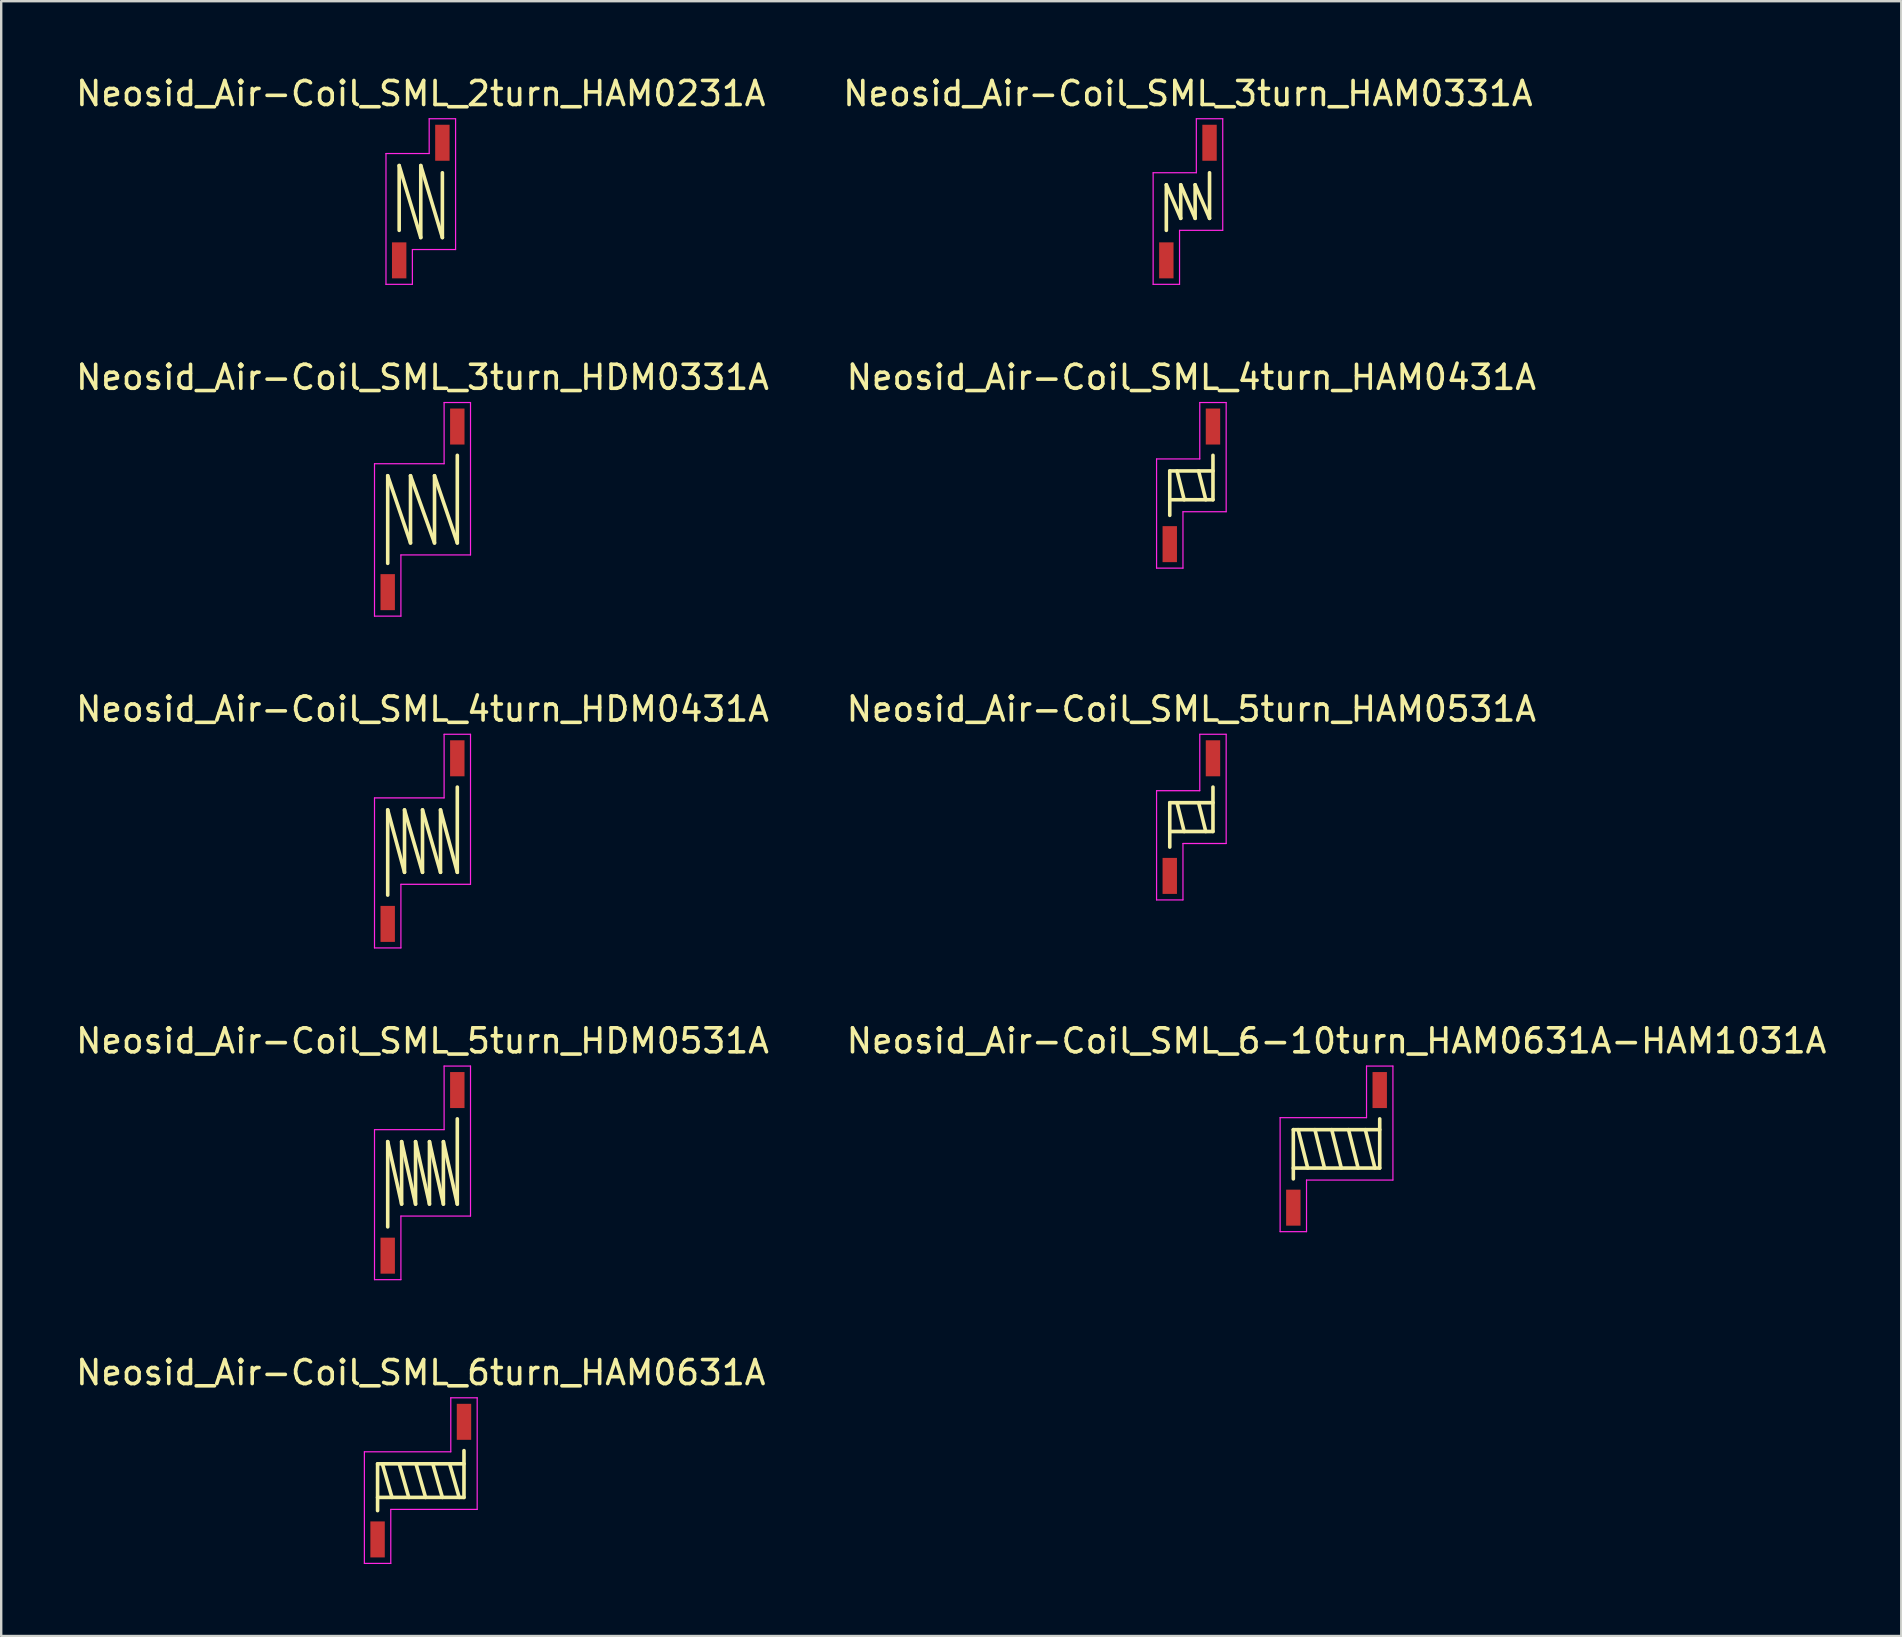
<source format=kicad_pcb>
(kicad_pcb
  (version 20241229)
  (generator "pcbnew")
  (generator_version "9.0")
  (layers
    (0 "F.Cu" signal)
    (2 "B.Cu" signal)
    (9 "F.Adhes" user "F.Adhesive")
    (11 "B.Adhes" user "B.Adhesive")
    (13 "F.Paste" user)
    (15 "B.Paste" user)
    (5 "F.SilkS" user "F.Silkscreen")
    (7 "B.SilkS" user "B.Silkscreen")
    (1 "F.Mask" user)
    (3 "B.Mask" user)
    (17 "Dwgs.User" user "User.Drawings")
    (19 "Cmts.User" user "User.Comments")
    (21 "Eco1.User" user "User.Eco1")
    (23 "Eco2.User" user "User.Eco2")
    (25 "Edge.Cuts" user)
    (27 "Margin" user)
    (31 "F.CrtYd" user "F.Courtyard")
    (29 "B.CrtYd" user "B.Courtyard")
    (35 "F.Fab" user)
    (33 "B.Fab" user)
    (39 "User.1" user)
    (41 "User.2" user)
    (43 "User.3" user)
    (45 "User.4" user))
  (footprint "Neosid_Air-Coil_SML_6turn_HAM0631A"
    (layer "F.Cu")
    (at 14.482 58.641)
    (property "Reference" "Neosid_Air-Coil_SML_6turn_HAM0631A" (at 0 -4.5 0) (layer "F.SilkS") (effects (font (size 1 1) (thickness 0.15))))
    (attr smd)
    (fp_line (start -1.8 -0.7) (end -1.8 1.25) (stroke (width 0.15) (type solid)) (layer "F.SilkS"))
    (fp_line (start -1.8 -0.7) (end 1.8 -0.7) (stroke (width 0.15) (type solid)) (layer "F.SilkS"))
    (fp_line (start -1.6 -0.7) (end -1.2 0.7) (stroke (width 0.15) (type solid)) (layer "F.SilkS"))
    (fp_line (start -0.9 -0.7) (end -0.5 0.7) (stroke (width 0.15) (type solid)) (layer "F.SilkS"))
    (fp_line (start -0.2 -0.7) (end 0.2 0.7) (stroke (width 0.15) (type solid)) (layer "F.SilkS"))
    (fp_line (start 0.5 -0.7) (end 0.9 0.7) (stroke (width 0.15) (type solid)) (layer "F.SilkS"))
    (fp_line (start 1.2 -0.7) (end 1.6 0.7) (stroke (width 0.15) (type solid)) (layer "F.SilkS"))
    (fp_line (start 1.8 0.7) (end -1.8 0.7) (stroke (width 0.15) (type solid)) (layer "F.SilkS"))
    (fp_line (start 1.8 0.7) (end 1.8 -1.25) (stroke (width 0.15) (type solid)) (layer "F.SilkS"))
    (fp_line (start -2.35 -1.2) (end -2.35 3.45) (stroke (width 0.05) (type solid)) (layer "F.CrtYd"))
    (fp_line (start -2.35 3.45) (end -1.25 3.45) (stroke (width 0.05) (type solid)) (layer "F.CrtYd"))
    (fp_line (start -1.25 1.2) (end 2.35 1.2) (stroke (width 0.05) (type solid)) (layer "F.CrtYd"))
    (fp_line (start -1.25 3.45) (end -1.25 1.2) (stroke (width 0.05) (type solid)) (layer "F.CrtYd"))
    (fp_line (start 1.25 -3.45) (end 1.25 -1.2) (stroke (width 0.05) (type solid)) (layer "F.CrtYd"))
    (fp_line (start 1.25 -1.2) (end -2.35 -1.2) (stroke (width 0.05) (type solid)) (layer "F.CrtYd"))
    (fp_line (start 2.35 -3.45) (end 1.25 -3.45) (stroke (width 0.05) (type solid)) (layer "F.CrtYd"))
    (fp_line (start 2.35 1.2) (end 2.35 -3.45) (stroke (width 0.05) (type solid)) (layer "F.CrtYd"))
    (pad "1" smd rect (at -1.8 2.45) (size 0.6 1.5) (layers "F.Cu" "F.Mask" "F.Paste"))
    (pad "2" smd rect (at 1.8 -2.45) (size 0.6 1.5) (layers "F.Cu" "F.Mask" "F.Paste")))
  (footprint "Neosid_Air-Coil_SML_4turn_HDM0431A"
    (layer "F.Cu")
    (at 14.554 31.995)
    (property "Reference" "Neosid_Air-Coil_SML_4turn_HDM0431A" (at 0 -5.5 0) (layer "F.SilkS") (effects (font (size 1 1) (thickness 0.15))))
    (attr smd)
    (fp_line (start -1.45 -1.3) (end -1.45 2.25) (stroke (width 0.15) (type solid)) (layer "F.SilkS"))
    (fp_line (start -1.45 -1.3) (end -0.75 1.3) (stroke (width 0.15) (type solid)) (layer "F.SilkS"))
    (fp_line (start -0.75 -1.3) (end -0.75 1.3) (stroke (width 0.15) (type solid)) (layer "F.SilkS"))
    (fp_line (start -0.75 -1.3) (end 0 1.3) (stroke (width 0.15) (type solid)) (layer "F.SilkS"))
    (fp_line (start 0 -1.3) (end 0 1.3) (stroke (width 0.15) (type solid)) (layer "F.SilkS"))
    (fp_line (start 0 -1.3) (end 0.75 1.3) (stroke (width 0.15) (type solid)) (layer "F.SilkS"))
    (fp_line (start 0.75 -1.3) (end 0.75 1.3) (stroke (width 0.15) (type solid)) (layer "F.SilkS"))
    (fp_line (start 0.75 -1.3) (end 1.45 1.3) (stroke (width 0.15) (type solid)) (layer "F.SilkS"))
    (fp_line (start 1.45 1.3) (end 1.45 -2.25) (stroke (width 0.15) (type solid)) (layer "F.SilkS"))
    (fp_line (start -2 -1.8) (end -2 4.45) (stroke (width 0.05) (type solid)) (layer "F.CrtYd"))
    (fp_line (start -2 4.45) (end -0.9 4.45) (stroke (width 0.05) (type solid)) (layer "F.CrtYd"))
    (fp_line (start -0.9 1.8) (end 2 1.8) (stroke (width 0.05) (type solid)) (layer "F.CrtYd"))
    (fp_line (start -0.9 4.45) (end -0.9 1.8) (stroke (width 0.05) (type solid)) (layer "F.CrtYd"))
    (fp_line (start 0.9 -4.45) (end 0.9 -1.8) (stroke (width 0.05) (type solid)) (layer "F.CrtYd"))
    (fp_line (start 0.9 -1.8) (end -2 -1.8) (stroke (width 0.05) (type solid)) (layer "F.CrtYd"))
    (fp_line (start 2 -4.45) (end 0.9 -4.45) (stroke (width 0.05) (type solid)) (layer "F.CrtYd"))
    (fp_line (start 2 1.8) (end 2 -4.45) (stroke (width 0.05) (type solid)) (layer "F.CrtYd"))
    (pad "1" smd rect (at -1.45 3.45) (size 0.6 1.5) (layers "F.Cu" "F.Mask" "F.Paste"))
    (pad "2" smd rect (at 1.45 -3.45) (size 0.6 1.5) (layers "F.Cu" "F.Mask" "F.Paste")))
  (footprint "Neosid_Air-Coil_SML_3turn_HDM0331A"
    (layer "F.Cu")
    (at 14.554 18.172)
    (property "Reference" "Neosid_Air-Coil_SML_3turn_HDM0331A" (at 0 -5.5 0) (layer "F.SilkS") (effects (font (size 1 1) (thickness 0.15))))
    (attr smd)
    (fp_line (start -1.45 -1.4) (end -1.45 2.25) (stroke (width 0.15) (type solid)) (layer "F.SilkS"))
    (fp_line (start -1.45 -1.4) (end -0.5 1.4) (stroke (width 0.15) (type solid)) (layer "F.SilkS"))
    (fp_line (start -0.5 -1.4) (end -0.5 1.4) (stroke (width 0.15) (type solid)) (layer "F.SilkS"))
    (fp_line (start -0.5 -1.4) (end 0.5 1.4) (stroke (width 0.15) (type solid)) (layer "F.SilkS"))
    (fp_line (start 0.5 -1.4) (end 0.5 1.4) (stroke (width 0.15) (type solid)) (layer "F.SilkS"))
    (fp_line (start 0.5 -1.4) (end 1.45 1.4) (stroke (width 0.15) (type solid)) (layer "F.SilkS"))
    (fp_line (start 1.45 1.4) (end 1.45 -2.25) (stroke (width 0.15) (type solid)) (layer "F.SilkS"))
    (fp_line (start -2 -1.9) (end -2 4.45) (stroke (width 0.05) (type solid)) (layer "F.CrtYd"))
    (fp_line (start -2 4.45) (end -0.9 4.45) (stroke (width 0.05) (type solid)) (layer "F.CrtYd"))
    (fp_line (start -0.9 1.9) (end 2 1.9) (stroke (width 0.05) (type solid)) (layer "F.CrtYd"))
    (fp_line (start -0.9 4.45) (end -0.9 1.9) (stroke (width 0.05) (type solid)) (layer "F.CrtYd"))
    (fp_line (start 0.9 -4.45) (end 0.9 -1.9) (stroke (width 0.05) (type solid)) (layer "F.CrtYd"))
    (fp_line (start 0.9 -1.9) (end -2 -1.9) (stroke (width 0.05) (type solid)) (layer "F.CrtYd"))
    (fp_line (start 2 -4.45) (end 0.9 -4.45) (stroke (width 0.05) (type solid)) (layer "F.CrtYd"))
    (fp_line (start 2 1.9) (end 2 -4.45) (stroke (width 0.05) (type solid)) (layer "F.CrtYd"))
    (pad "1" smd rect (at -1.45 3.45) (size 0.6 1.5) (layers "F.Cu" "F.Mask" "F.Paste"))
    (pad "2" smd rect (at 1.45 -3.45) (size 0.6 1.5) (layers "F.Cu" "F.Mask" "F.Paste")))
  (footprint "Neosid_Air-Coil_SML_4turn_HAM0431A"
    (layer "F.Cu")
    (at 46.589 17.172)
    (property "Reference" "Neosid_Air-Coil_SML_4turn_HAM0431A" (at 0 -4.5 0) (layer "F.SilkS") (effects (font (size 1 1) (thickness 0.15))))
    (attr smd)
    (fp_line (start -0.9 -0.6) (end 0.9 -0.6) (stroke (width 0.15) (type solid)) (layer "F.SilkS"))
    (fp_line (start -0.9 1.25) (end -0.9 -0.6) (stroke (width 0.15) (type solid)) (layer "F.SilkS"))
    (fp_line (start -0.6 -0.6) (end -0.3 0.6) (stroke (width 0.15) (type solid)) (layer "F.SilkS"))
    (fp_line (start 0.3 -0.6) (end 0.6 0.6) (stroke (width 0.15) (type solid)) (layer "F.SilkS"))
    (fp_line (start 0.9 0.6) (end -0.9 0.6) (stroke (width 0.15) (type solid)) (layer "F.SilkS"))
    (fp_line (start 0.9 0.6) (end 0.9 -1.25) (stroke (width 0.15) (type solid)) (layer "F.SilkS"))
    (fp_line (start -1.45 -1.1) (end -1.45 3.45) (stroke (width 0.05) (type solid)) (layer "F.CrtYd"))
    (fp_line (start -1.45 3.45) (end -0.35 3.45) (stroke (width 0.05) (type solid)) (layer "F.CrtYd"))
    (fp_line (start -0.35 1.1) (end 1.45 1.1) (stroke (width 0.05) (type solid)) (layer "F.CrtYd"))
    (fp_line (start -0.35 3.45) (end -0.35 1.1) (stroke (width 0.05) (type solid)) (layer "F.CrtYd"))
    (fp_line (start 0.35 -3.45) (end 0.35 -1.1) (stroke (width 0.05) (type solid)) (layer "F.CrtYd"))
    (fp_line (start 0.35 -1.1) (end -1.45 -1.1) (stroke (width 0.05) (type solid)) (layer "F.CrtYd"))
    (fp_line (start 1.45 -3.45) (end 0.35 -3.45) (stroke (width 0.05) (type solid)) (layer "F.CrtYd"))
    (fp_line (start 1.45 1.1) (end 1.45 -3.45) (stroke (width 0.05) (type solid)) (layer "F.CrtYd"))
    (pad "1" smd rect (at -0.9 2.45) (size 0.6 1.5) (layers "F.Cu" "F.Mask" "F.Paste"))
    (pad "2" smd rect (at 0.9 -2.45) (size 0.6 1.5) (layers "F.Cu" "F.Mask" "F.Paste")))
  (footprint "Neosid_Air-Coil_SML_5turn_HAM0531A"
    (layer "F.Cu")
    (at 46.589 30.995)
    (property "Reference" "Neosid_Air-Coil_SML_5turn_HAM0531A" (at 0 -4.5 0) (layer "F.SilkS") (effects (font (size 1 1) (thickness 0.15))))
    (attr smd)
    (fp_line (start -0.9 -0.6) (end 0.9 -0.6) (stroke (width 0.15) (type solid)) (layer "F.SilkS"))
    (fp_line (start -0.9 1.25) (end -0.9 -0.6) (stroke (width 0.15) (type solid)) (layer "F.SilkS"))
    (fp_line (start -0.6 -0.6) (end -0.3 0.6) (stroke (width 0.15) (type solid)) (layer "F.SilkS"))
    (fp_line (start 0.3 -0.6) (end 0.6 0.6) (stroke (width 0.15) (type solid)) (layer "F.SilkS"))
    (fp_line (start 0.9 0.6) (end -0.9 0.6) (stroke (width 0.15) (type solid)) (layer "F.SilkS"))
    (fp_line (start 0.9 0.6) (end 0.9 -1.25) (stroke (width 0.15) (type solid)) (layer "F.SilkS"))
    (fp_line (start -1.45 -1.1) (end -1.45 3.45) (stroke (width 0.05) (type solid)) (layer "F.CrtYd"))
    (fp_line (start -1.45 3.45) (end -0.35 3.45) (stroke (width 0.05) (type solid)) (layer "F.CrtYd"))
    (fp_line (start -0.35 1.1) (end 1.45 1.1) (stroke (width 0.05) (type solid)) (layer "F.CrtYd"))
    (fp_line (start -0.35 3.45) (end -0.35 1.1) (stroke (width 0.05) (type solid)) (layer "F.CrtYd"))
    (fp_line (start 0.35 -3.45) (end 0.35 -1.1) (stroke (width 0.05) (type solid)) (layer "F.CrtYd"))
    (fp_line (start 0.35 -1.1) (end -1.45 -1.1) (stroke (width 0.05) (type solid)) (layer "F.CrtYd"))
    (fp_line (start 1.45 -3.45) (end 0.35 -3.45) (stroke (width 0.05) (type solid)) (layer "F.CrtYd"))
    (fp_line (start 1.45 1.1) (end 1.45 -3.45) (stroke (width 0.05) (type solid)) (layer "F.CrtYd"))
    (pad "1" smd rect (at -0.9 2.45) (size 0.6 1.5) (layers "F.Cu" "F.Mask" "F.Paste"))
    (pad "2" smd rect (at 0.9 -2.45) (size 0.6 1.5) (layers "F.Cu" "F.Mask" "F.Paste")))
  (footprint "Neosid_Air-Coil_SML_5turn_HDM0531A"
    (layer "F.Cu")
    (at 14.554 45.818)
    (property "Reference" "Neosid_Air-Coil_SML_5turn_HDM0531A" (at 0 -5.5 0) (layer "F.SilkS") (effects (font (size 1 1) (thickness 0.15))))
    (attr smd)
    (fp_line (start -1.45 -1.3) (end -1.45 2.25) (stroke (width 0.15) (type solid)) (layer "F.SilkS"))
    (fp_line (start -1.45 -1.3) (end -0.87 1.3) (stroke (width 0.15) (type solid)) (layer "F.SilkS"))
    (fp_line (start -0.87 -1.3) (end -0.87 1.3) (stroke (width 0.15) (type solid)) (layer "F.SilkS"))
    (fp_line (start -0.87 -1.3) (end -0.29 1.3) (stroke (width 0.15) (type solid)) (layer "F.SilkS"))
    (fp_line (start -0.29 -1.3) (end -0.29 1.3) (stroke (width 0.15) (type solid)) (layer "F.SilkS"))
    (fp_line (start -0.29 -1.3) (end 0.29 1.3) (stroke (width 0.15) (type solid)) (layer "F.SilkS"))
    (fp_line (start 0.29 -1.3) (end 0.29 1.3) (stroke (width 0.15) (type solid)) (layer "F.SilkS"))
    (fp_line (start 0.29 -1.3) (end 0.87 1.3) (stroke (width 0.15) (type solid)) (layer "F.SilkS"))
    (fp_line (start 0.87 -1.3) (end 0.87 1.3) (stroke (width 0.15) (type solid)) (layer "F.SilkS"))
    (fp_line (start 0.87 -1.3) (end 1.45 1.3) (stroke (width 0.15) (type solid)) (layer "F.SilkS"))
    (fp_line (start 1.45 1.3) (end 1.45 -2.25) (stroke (width 0.15) (type solid)) (layer "F.SilkS"))
    (fp_line (start -2 -1.8) (end -2 4.45) (stroke (width 0.05) (type solid)) (layer "F.CrtYd"))
    (fp_line (start -2 4.45) (end -0.9 4.45) (stroke (width 0.05) (type solid)) (layer "F.CrtYd"))
    (fp_line (start -0.9 1.8) (end 2 1.8) (stroke (width 0.05) (type solid)) (layer "F.CrtYd"))
    (fp_line (start -0.9 4.45) (end -0.9 1.8) (stroke (width 0.05) (type solid)) (layer "F.CrtYd"))
    (fp_line (start 0.9 -4.45) (end 0.9 -1.8) (stroke (width 0.05) (type solid)) (layer "F.CrtYd"))
    (fp_line (start 0.9 -1.8) (end -2 -1.8) (stroke (width 0.05) (type solid)) (layer "F.CrtYd"))
    (fp_line (start 2 -4.45) (end 0.9 -4.45) (stroke (width 0.05) (type solid)) (layer "F.CrtYd"))
    (fp_line (start 2 1.8) (end 2 -4.45) (stroke (width 0.05) (type solid)) (layer "F.CrtYd"))
    (pad "1" smd rect (at -1.45 3.45) (size 0.6 1.5) (layers "F.Cu" "F.Mask" "F.Paste"))
    (pad "2" smd rect (at 1.45 -3.45) (size 0.6 1.5) (layers "F.Cu" "F.Mask" "F.Paste")))
  (footprint "Neosid_Air-Coil_SML_2turn_HAM0231A"
    (layer "F.Cu")
    (at 14.482 5.348)
    (property "Reference" "Neosid_Air-Coil_SML_2turn_HAM0231A" (at 0 -4.5 0) (layer "F.SilkS") (effects (font (size 1 1) (thickness 0.15))))
    (attr smd)
    (fp_line (start -0.9 -1.5) (end 0 1.5) (stroke (width 0.15) (type solid)) (layer "F.SilkS"))
    (fp_line (start -0.9 1.2) (end -0.9 -1.5) (stroke (width 0.15) (type solid)) (layer "F.SilkS"))
    (fp_line (start 0 -1.5) (end 0.9 1.5) (stroke (width 0.15) (type solid)) (layer "F.SilkS"))
    (fp_line (start 0 1.5) (end 0 -1.5) (stroke (width 0.15) (type solid)) (layer "F.SilkS"))
    (fp_line (start 0.9 -1.2) (end 0.9 1.5) (stroke (width 0.15) (type solid)) (layer "F.SilkS"))
    (fp_line (start -1.45 -2) (end -1.45 3.45) (stroke (width 0.05) (type solid)) (layer "F.CrtYd"))
    (fp_line (start -1.45 3.45) (end -0.35 3.45) (stroke (width 0.05) (type solid)) (layer "F.CrtYd"))
    (fp_line (start -0.35 2) (end 1.45 2) (stroke (width 0.05) (type solid)) (layer "F.CrtYd"))
    (fp_line (start -0.35 3.45) (end -0.35 2) (stroke (width 0.05) (type solid)) (layer "F.CrtYd"))
    (fp_line (start 0.35 -3.45) (end 0.35 -2) (stroke (width 0.05) (type solid)) (layer "F.CrtYd"))
    (fp_line (start 0.35 -2) (end -1.45 -2) (stroke (width 0.05) (type solid)) (layer "F.CrtYd"))
    (fp_line (start 1.45 -3.45) (end 0.35 -3.45) (stroke (width 0.05) (type solid)) (layer "F.CrtYd"))
    (fp_line (start 1.45 2) (end 1.45 -3.45) (stroke (width 0.05) (type solid)) (layer "F.CrtYd"))
    (pad "1" smd rect (at -0.9 2.45) (size 0.6 1.5) (layers "F.Cu" "F.Mask" "F.Paste"))
    (pad "2" smd rect (at 0.9 -2.45) (size 0.6 1.5) (layers "F.Cu" "F.Mask" "F.Paste")))
  (footprint "Neosid_Air-Coil_SML_3turn_HAM0331A"
    (layer "F.Cu")
    (at 46.446 5.348)
    (property "Reference" "Neosid_Air-Coil_SML_3turn_HAM0331A" (at 0 -4.5 0) (layer "F.SilkS") (effects (font (size 1 1) (thickness 0.15))))
    (attr smd)
    (fp_line (start -0.9 -0.7) (end -0.3 0.7) (stroke (width 0.15) (type solid)) (layer "F.SilkS"))
    (fp_line (start -0.9 1.2) (end -0.9 -0.7) (stroke (width 0.15) (type solid)) (layer "F.SilkS"))
    (fp_line (start -0.3 -0.7) (end 0.3 0.7) (stroke (width 0.15) (type solid)) (layer "F.SilkS"))
    (fp_line (start -0.3 0.7) (end -0.3 -0.7) (stroke (width 0.15) (type solid)) (layer "F.SilkS"))
    (fp_line (start 0.3 -0.7) (end 0.9 0.7) (stroke (width 0.15) (type solid)) (layer "F.SilkS"))
    (fp_line (start 0.3 0.7) (end 0.3 -0.7) (stroke (width 0.15) (type solid)) (layer "F.SilkS"))
    (fp_line (start 0.9 -1.2) (end 0.9 0.7) (stroke (width 0.15) (type solid)) (layer "F.SilkS"))
    (fp_line (start -1.45 -1.2) (end -1.45 3.45) (stroke (width 0.05) (type solid)) (layer "F.CrtYd"))
    (fp_line (start -1.45 3.45) (end -0.35 3.45) (stroke (width 0.05) (type solid)) (layer "F.CrtYd"))
    (fp_line (start -0.35 1.2) (end 1.45 1.2) (stroke (width 0.05) (type solid)) (layer "F.CrtYd"))
    (fp_line (start -0.35 3.45) (end -0.35 1.2) (stroke (width 0.05) (type solid)) (layer "F.CrtYd"))
    (fp_line (start 0.35 -3.45) (end 0.35 -1.2) (stroke (width 0.05) (type solid)) (layer "F.CrtYd"))
    (fp_line (start 0.35 -1.2) (end -1.45 -1.2) (stroke (width 0.05) (type solid)) (layer "F.CrtYd"))
    (fp_line (start 1.45 -3.45) (end 0.35 -3.45) (stroke (width 0.05) (type solid)) (layer "F.CrtYd"))
    (fp_line (start 1.45 1.2) (end 1.45 -3.45) (stroke (width 0.05) (type solid)) (layer "F.CrtYd"))
    (pad "1" smd rect (at -0.9 2.45) (size 0.6 1.5) (layers "F.Cu" "F.Mask" "F.Paste"))
    (pad "2" smd rect (at 0.9 -2.45) (size 0.6 1.5) (layers "F.Cu" "F.Mask" "F.Paste")))
  (footprint "Neosid_Air-Coil_SML_6-10turn_HAM0631A-HAM1031A"
    (layer "F.Cu")
    (at 52.637 44.818)
    (property "Reference" "Neosid_Air-Coil_SML_6-10turn_HAM0631A-HAM1031A" (at 0 -4.5 0) (layer "F.SilkS") (effects (font (size 1 1) (thickness 0.15))))
    (attr smd)
    (fp_line (start -1.8 -0.8) (end -1.8 1.25) (stroke (width 0.15) (type solid)) (layer "F.SilkS"))
    (fp_line (start -1.8 -0.8) (end 1.8 -0.8) (stroke (width 0.15) (type solid)) (layer "F.SilkS"))
    (fp_line (start -1.6 -0.8) (end -1.2 0.8) (stroke (width 0.15) (type solid)) (layer "F.SilkS"))
    (fp_line (start -0.9 -0.8) (end -0.5 0.8) (stroke (width 0.15) (type solid)) (layer "F.SilkS"))
    (fp_line (start -0.2 -0.8) (end 0.2 0.8) (stroke (width 0.15) (type solid)) (layer "F.SilkS"))
    (fp_line (start 0.5 -0.8) (end 0.9 0.8) (stroke (width 0.15) (type solid)) (layer "F.SilkS"))
    (fp_line (start 1.2 -0.8) (end 1.6 0.8) (stroke (width 0.15) (type solid)) (layer "F.SilkS"))
    (fp_line (start 1.8 0.8) (end -1.8 0.8) (stroke (width 0.15) (type solid)) (layer "F.SilkS"))
    (fp_line (start 1.8 0.8) (end 1.8 -1.25) (stroke (width 0.15) (type solid)) (layer "F.SilkS"))
    (fp_line (start -2.35 -1.3) (end -2.35 3.45) (stroke (width 0.05) (type solid)) (layer "F.CrtYd"))
    (fp_line (start -2.35 3.45) (end -1.25 3.45) (stroke (width 0.05) (type solid)) (layer "F.CrtYd"))
    (fp_line (start -1.25 1.3) (end 2.35 1.3) (stroke (width 0.05) (type solid)) (layer "F.CrtYd"))
    (fp_line (start -1.25 3.45) (end -1.25 1.3) (stroke (width 0.05) (type solid)) (layer "F.CrtYd"))
    (fp_line (start 1.25 -3.45) (end 1.25 -1.3) (stroke (width 0.05) (type solid)) (layer "F.CrtYd"))
    (fp_line (start 1.25 -1.3) (end -2.35 -1.3) (stroke (width 0.05) (type solid)) (layer "F.CrtYd"))
    (fp_line (start 2.35 -3.45) (end 1.25 -3.45) (stroke (width 0.05) (type solid)) (layer "F.CrtYd"))
    (fp_line (start 2.35 1.3) (end 2.35 -3.45) (stroke (width 0.05) (type solid)) (layer "F.CrtYd"))
    (pad "1" smd rect (at -1.8 2.45) (size 0.6 1.5) (layers "F.Cu" "F.Mask" "F.Paste"))
    (pad "2" smd rect (at 1.8 -2.45) (size 0.6 1.5) (layers "F.Cu" "F.Mask" "F.Paste")))
  (gr_rect
    (start -3 -3)
    (end 76.167 65.116)
    (stroke (width 0.1) (type default))
    (fill no)
    (layer "Edge.Cuts")))
</source>
